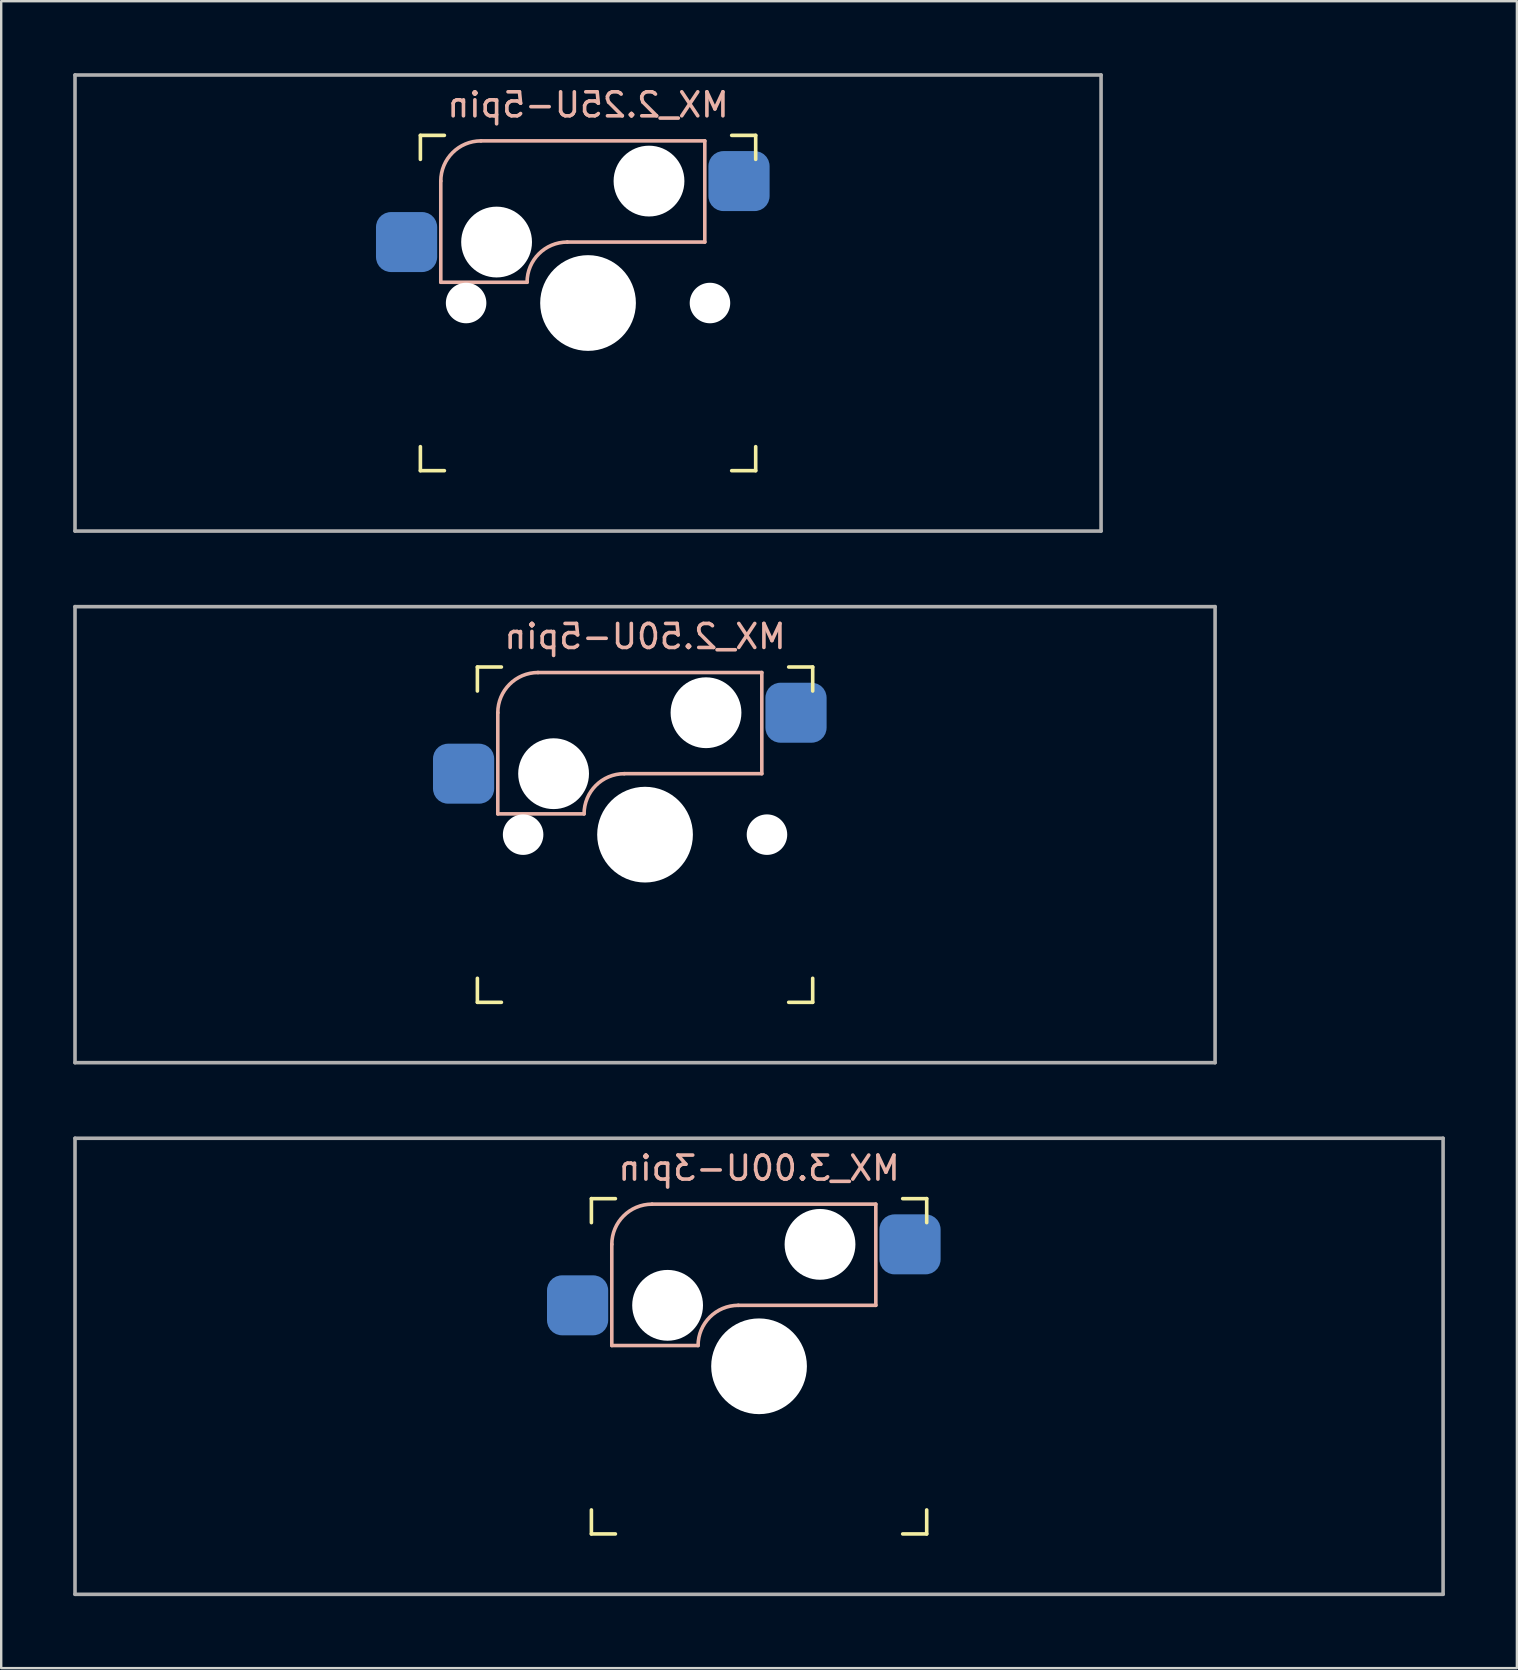
<source format=kicad_pcb>
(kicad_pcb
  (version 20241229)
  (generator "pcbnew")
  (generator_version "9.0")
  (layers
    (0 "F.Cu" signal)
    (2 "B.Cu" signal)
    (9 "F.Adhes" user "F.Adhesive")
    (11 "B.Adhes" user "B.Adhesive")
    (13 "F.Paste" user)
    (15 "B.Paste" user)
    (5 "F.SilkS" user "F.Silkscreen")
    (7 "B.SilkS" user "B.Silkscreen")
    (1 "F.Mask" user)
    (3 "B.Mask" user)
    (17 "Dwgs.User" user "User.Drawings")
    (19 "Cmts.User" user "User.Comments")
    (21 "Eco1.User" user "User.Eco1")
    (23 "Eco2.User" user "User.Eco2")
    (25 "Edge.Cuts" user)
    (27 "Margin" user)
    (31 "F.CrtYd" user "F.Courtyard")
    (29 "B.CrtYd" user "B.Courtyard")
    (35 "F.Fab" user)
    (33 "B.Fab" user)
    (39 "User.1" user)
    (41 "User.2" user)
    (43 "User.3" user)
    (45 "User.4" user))
  (footprint "MX_2.25U-5pin"
    (layer "F.Cu")
    (at 21.45 9.575)
    (property "Reference" "MX_2.25U-5pin" (at 0 -8.255 0) (layer "B.SilkS") (effects (font (size 1 1) (thickness 0.15)) (justify mirror)))
    (attr smd)
    (fp_line (start -6.985 -5.985) (end -6.985 -6.985) (stroke (width 0.15) (type solid)) (layer "F.SilkS"))
    (fp_line (start -6.985 6.985) (end -6.985 5.985) (stroke (width 0.15) (type solid)) (layer "F.SilkS"))
    (fp_line (start -6.985 6.985) (end -5.985 6.985) (stroke (width 0.15) (type solid)) (layer "F.SilkS"))
    (fp_line (start -5.985 -6.985) (end -6.985 -6.985) (stroke (width 0.15) (type solid)) (layer "F.SilkS"))
    (fp_line (start 5.985 6.985) (end 6.985 6.985) (stroke (width 0.15) (type solid)) (layer "F.SilkS"))
    (fp_line (start 6.985 -6.985) (end 5.985 -6.985) (stroke (width 0.15) (type solid)) (layer "F.SilkS"))
    (fp_line (start 6.985 -6.985) (end 6.985 -5.985) (stroke (width 0.15) (type solid)) (layer "F.SilkS"))
    (fp_line (start 6.985 5.985) (end 6.985 6.985) (stroke (width 0.15) (type solid)) (layer "F.SilkS"))
    (fp_line (start -6.135 -5.08) (end -6.135 -0.865) (stroke (width 0.15) (type solid)) (layer "B.SilkS"))
    (fp_line (start -6.135 -0.865) (end -2.54 -0.865) (stroke (width 0.15) (type solid)) (layer "B.SilkS"))
    (fp_line (start -4.46 -6.755) (end 4.865 -6.755) (stroke (width 0.15) (type solid)) (layer "B.SilkS"))
    (fp_line (start -0.865 -2.54) (end 4.865 -2.54) (stroke (width 0.15) (type solid)) (layer "B.SilkS"))
    (fp_line (start 4.865 -6.755) (end 4.865 -2.54) (stroke (width 0.15) (type solid)) (layer "B.SilkS"))
    (fp_arc (start -6.135 -5.08) (mid -5.644404 -6.264404) (end -4.46 -6.755) (stroke (width 0.15) (type solid)) (layer "B.SilkS"))
    (fp_arc (start -2.54 -0.865) (mid -2.049404 -2.049404) (end -0.865 -2.54) (stroke (width 0.15) (type solid)) (layer "B.SilkS"))
    (fp_line (start -6.985 6.985) (end -6.985 -6.985) (stroke (width 0.15) (type solid)) (layer "Eco2.User"))
    (fp_line (start -6.985 6.985) (end 6.985 6.985) (stroke (width 0.15) (type solid)) (layer "Eco2.User"))
    (fp_line (start 6.985 -6.985) (end -6.985 -6.985) (stroke (width 0.15) (type solid)) (layer "Eco2.User"))
    (fp_line (start 6.985 -6.985) (end 6.985 6.985) (stroke (width 0.15) (type solid)) (layer "Eco2.User"))
    (fp_line (start -21.375 -9.5) (end 21.375 -9.5) (stroke (width 0.15) (type solid)) (layer "F.Fab"))
    (fp_line (start -21.375 9.5) (end -21.375 -9.5) (stroke (width 0.15) (type solid)) (layer "F.Fab"))
    (fp_line (start 21.375 -9.5) (end 21.375 9.5) (stroke (width 0.15) (type solid)) (layer "F.Fab"))
    (fp_line (start 21.375 9.5) (end -21.375 9.5) (stroke (width 0.15) (type solid)) (layer "F.Fab"))
    (pad "" np_thru_hole circle (at -5.08 0) (size 1.688 1.688) (drill 1.688) (layers "*.Cu" "*.Mask"))
    (pad "" np_thru_hole circle (at -3.81 -2.54) (size 2.95 2.95) (drill 2.95) (layers "*.Cu" "*.Mask"))
    (pad "" np_thru_hole circle (at 0 0) (size 3.988 3.988) (drill 3.988) (layers "*.Cu" "*.Mask"))
    (pad "" np_thru_hole circle (at 2.54 -5.08) (size 2.95 2.95) (drill 2.95) (layers "*.Cu" "*.Mask"))
    (pad "" np_thru_hole circle (at 5.08 0) (size 1.688 1.688) (drill 1.688) (layers "*.Cu" "*.Mask"))
    (pad "1" smd roundrect (at 6.29 -5.08) (size 2.55 2.5) (layers "B.Cu" "B.Mask" "B.Paste") (roundrect_rratio 0.25))
    (pad "2" smd roundrect (at -7.56 -2.54) (size 2.55 2.5) (layers "B.Cu" "B.Mask" "B.Paste") (roundrect_rratio 0.25)))
  (footprint "MX_2.50U-5pin"
    (layer "F.Cu")
    (at 23.825 31.725)
    (property "Reference" "MX_2.50U-5pin" (at 0 -8.255 0) (layer "B.SilkS") (effects (font (size 1 1) (thickness 0.15)) (justify mirror)))
    (attr smd)
    (fp_line (start -6.985 -5.985) (end -6.985 -6.985) (stroke (width 0.15) (type solid)) (layer "F.SilkS"))
    (fp_line (start -6.985 6.985) (end -6.985 5.985) (stroke (width 0.15) (type solid)) (layer "F.SilkS"))
    (fp_line (start -6.985 6.985) (end -5.985 6.985) (stroke (width 0.15) (type solid)) (layer "F.SilkS"))
    (fp_line (start -5.985 -6.985) (end -6.985 -6.985) (stroke (width 0.15) (type solid)) (layer "F.SilkS"))
    (fp_line (start 5.985 6.985) (end 6.985 6.985) (stroke (width 0.15) (type solid)) (layer "F.SilkS"))
    (fp_line (start 6.985 -6.985) (end 5.985 -6.985) (stroke (width 0.15) (type solid)) (layer "F.SilkS"))
    (fp_line (start 6.985 -6.985) (end 6.985 -5.985) (stroke (width 0.15) (type solid)) (layer "F.SilkS"))
    (fp_line (start 6.985 5.985) (end 6.985 6.985) (stroke (width 0.15) (type solid)) (layer "F.SilkS"))
    (fp_line (start -6.135 -5.08) (end -6.135 -0.865) (stroke (width 0.15) (type solid)) (layer "B.SilkS"))
    (fp_line (start -6.135 -0.865) (end -2.54 -0.865) (stroke (width 0.15) (type solid)) (layer "B.SilkS"))
    (fp_line (start -4.46 -6.755) (end 4.865 -6.755) (stroke (width 0.15) (type solid)) (layer "B.SilkS"))
    (fp_line (start -0.865 -2.54) (end 4.865 -2.54) (stroke (width 0.15) (type solid)) (layer "B.SilkS"))
    (fp_line (start 4.865 -6.755) (end 4.865 -2.54) (stroke (width 0.15) (type solid)) (layer "B.SilkS"))
    (fp_arc (start -6.135 -5.08) (mid -5.644404 -6.264404) (end -4.46 -6.755) (stroke (width 0.15) (type solid)) (layer "B.SilkS"))
    (fp_arc (start -2.54 -0.865) (mid -2.049404 -2.049404) (end -0.865 -2.54) (stroke (width 0.15) (type solid)) (layer "B.SilkS"))
    (fp_line (start -6.985 6.985) (end -6.985 -6.985) (stroke (width 0.15) (type solid)) (layer "Eco2.User"))
    (fp_line (start -6.985 6.985) (end 6.985 6.985) (stroke (width 0.15) (type solid)) (layer "Eco2.User"))
    (fp_line (start 6.985 -6.985) (end -6.985 -6.985) (stroke (width 0.15) (type solid)) (layer "Eco2.User"))
    (fp_line (start 6.985 -6.985) (end 6.985 6.985) (stroke (width 0.15) (type solid)) (layer "Eco2.User"))
    (fp_line (start -23.75 -9.5) (end 23.75 -9.5) (stroke (width 0.15) (type solid)) (layer "F.Fab"))
    (fp_line (start -23.75 9.5) (end -23.75 -9.5) (stroke (width 0.15) (type solid)) (layer "F.Fab"))
    (fp_line (start 23.75 -9.5) (end 23.75 9.5) (stroke (width 0.15) (type solid)) (layer "F.Fab"))
    (fp_line (start 23.75 9.5) (end -23.75 9.5) (stroke (width 0.15) (type solid)) (layer "F.Fab"))
    (pad "" np_thru_hole circle (at -5.08 0) (size 1.688 1.688) (drill 1.688) (layers "*.Cu" "*.Mask"))
    (pad "" np_thru_hole circle (at -3.81 -2.54) (size 2.95 2.95) (drill 2.95) (layers "*.Cu" "*.Mask"))
    (pad "" np_thru_hole circle (at 0 0) (size 3.988 3.988) (drill 3.988) (layers "*.Cu" "*.Mask"))
    (pad "" np_thru_hole circle (at 2.54 -5.08) (size 2.95 2.95) (drill 2.95) (layers "*.Cu" "*.Mask"))
    (pad "" np_thru_hole circle (at 5.08 0) (size 1.688 1.688) (drill 1.688) (layers "*.Cu" "*.Mask"))
    (pad "1" smd roundrect (at 6.29 -5.08) (size 2.55 2.5) (layers "B.Cu" "B.Mask" "B.Paste") (roundrect_rratio 0.25))
    (pad "2" smd roundrect (at -7.56 -2.54) (size 2.55 2.5) (layers "B.Cu" "B.Mask" "B.Paste") (roundrect_rratio 0.25)))
  (footprint "MX_3.00U-3pin"
    (layer "F.Cu")
    (at 28.575 53.875)
    (property "Reference" "MX_3.00U-3pin" (at 0 -8.255 0) (layer "B.SilkS") (effects (font (size 1 1) (thickness 0.15)) (justify mirror)))
    (attr smd)
    (fp_line (start -6.985 -5.985) (end -6.985 -6.985) (stroke (width 0.15) (type solid)) (layer "F.SilkS"))
    (fp_line (start -6.985 6.985) (end -6.985 5.985) (stroke (width 0.15) (type solid)) (layer "F.SilkS"))
    (fp_line (start -6.985 6.985) (end -5.985 6.985) (stroke (width 0.15) (type solid)) (layer "F.SilkS"))
    (fp_line (start -5.985 -6.985) (end -6.985 -6.985) (stroke (width 0.15) (type solid)) (layer "F.SilkS"))
    (fp_line (start 5.985 6.985) (end 6.985 6.985) (stroke (width 0.15) (type solid)) (layer "F.SilkS"))
    (fp_line (start 6.985 -6.985) (end 5.985 -6.985) (stroke (width 0.15) (type solid)) (layer "F.SilkS"))
    (fp_line (start 6.985 -6.985) (end 6.985 -5.985) (stroke (width 0.15) (type solid)) (layer "F.SilkS"))
    (fp_line (start 6.985 5.985) (end 6.985 6.985) (stroke (width 0.15) (type solid)) (layer "F.SilkS"))
    (fp_line (start -6.135 -5.08) (end -6.135 -0.865) (stroke (width 0.15) (type solid)) (layer "B.SilkS"))
    (fp_line (start -6.135 -0.865) (end -2.54 -0.865) (stroke (width 0.15) (type solid)) (layer "B.SilkS"))
    (fp_line (start -4.46 -6.755) (end 4.865 -6.755) (stroke (width 0.15) (type solid)) (layer "B.SilkS"))
    (fp_line (start -0.865 -2.54) (end 4.865 -2.54) (stroke (width 0.15) (type solid)) (layer "B.SilkS"))
    (fp_line (start 4.865 -6.755) (end 4.865 -2.54) (stroke (width 0.15) (type solid)) (layer "B.SilkS"))
    (fp_arc (start -6.135 -5.08) (mid -5.644404 -6.264404) (end -4.46 -6.755) (stroke (width 0.15) (type solid)) (layer "B.SilkS"))
    (fp_arc (start -2.54 -0.865) (mid -2.049404 -2.049404) (end -0.865 -2.54) (stroke (width 0.15) (type solid)) (layer "B.SilkS"))
    (fp_line (start -6.985 6.985) (end -6.985 -6.985) (stroke (width 0.15) (type solid)) (layer "Eco2.User"))
    (fp_line (start -6.985 6.985) (end 6.985 6.985) (stroke (width 0.15) (type solid)) (layer "Eco2.User"))
    (fp_line (start 6.985 -6.985) (end -6.985 -6.985) (stroke (width 0.15) (type solid)) (layer "Eco2.User"))
    (fp_line (start 6.985 -6.985) (end 6.985 6.985) (stroke (width 0.15) (type solid)) (layer "Eco2.User"))
    (fp_line (start -28.5 -9.5) (end 28.5 -9.5) (stroke (width 0.15) (type solid)) (layer "F.Fab"))
    (fp_line (start -28.5 9.5) (end -28.5 -9.5) (stroke (width 0.15) (type solid)) (layer "F.Fab"))
    (fp_line (start 28.5 -9.5) (end 28.5 9.5) (stroke (width 0.15) (type solid)) (layer "F.Fab"))
    (fp_line (start 28.5 9.5) (end -28.5 9.5) (stroke (width 0.15) (type solid)) (layer "F.Fab"))
    (pad "" np_thru_hole circle (at -3.81 -2.54) (size 2.95 2.95) (drill 2.95) (layers "*.Cu" "*.Mask"))
    (pad "" np_thru_hole circle (at 0 0) (size 3.988 3.988) (drill 3.988) (layers "*.Cu" "*.Mask"))
    (pad "" np_thru_hole circle (at 2.54 -5.08) (size 2.95 2.95) (drill 2.95) (layers "*.Cu" "*.Mask"))
    (pad "1" smd roundrect (at 6.29 -5.08) (size 2.55 2.5) (layers "B.Cu" "B.Mask" "B.Paste") (roundrect_rratio 0.25))
    (pad "2" smd roundrect (at -7.56 -2.54) (size 2.55 2.5) (layers "B.Cu" "B.Mask" "B.Paste") (roundrect_rratio 0.25)))
  (gr_rect
    (start -3 -3)
    (end 60.15 66.45)
    (stroke (width 0.1) (type default))
    (fill no)
    (layer "Edge.Cuts")))
</source>
